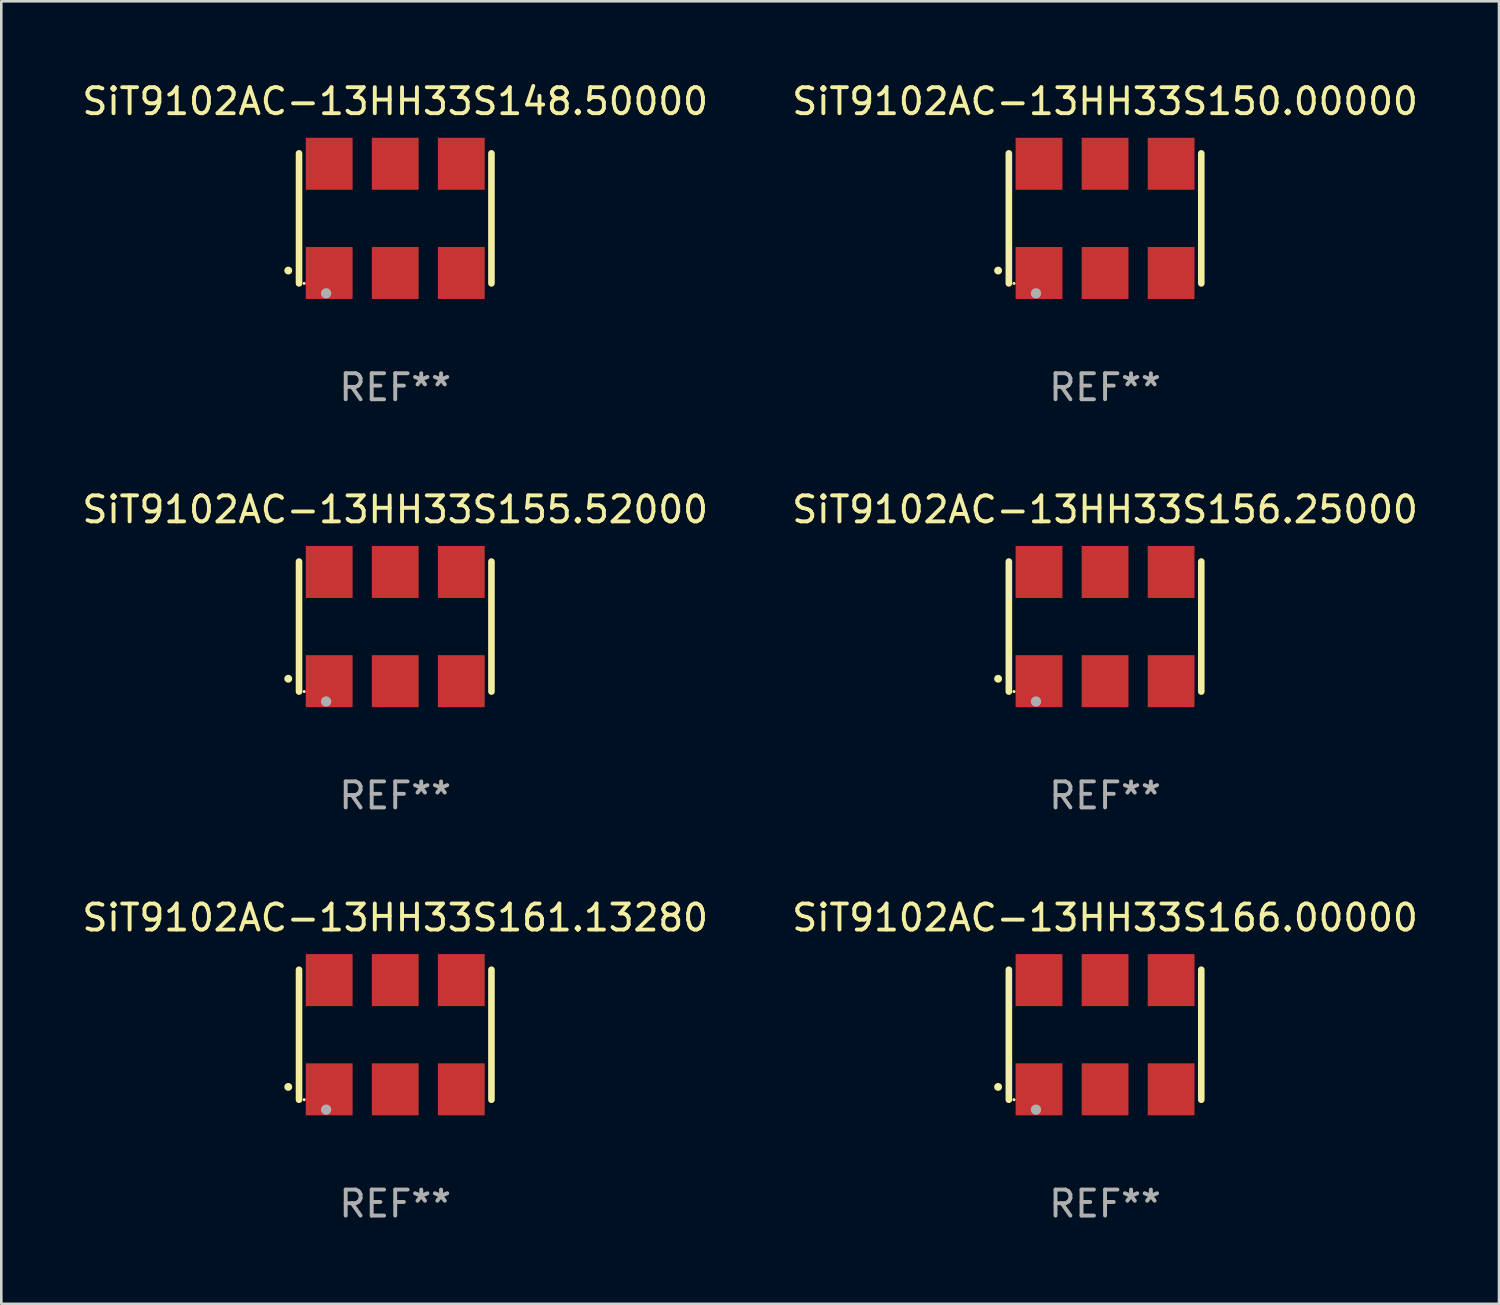
<source format=kicad_pcb>
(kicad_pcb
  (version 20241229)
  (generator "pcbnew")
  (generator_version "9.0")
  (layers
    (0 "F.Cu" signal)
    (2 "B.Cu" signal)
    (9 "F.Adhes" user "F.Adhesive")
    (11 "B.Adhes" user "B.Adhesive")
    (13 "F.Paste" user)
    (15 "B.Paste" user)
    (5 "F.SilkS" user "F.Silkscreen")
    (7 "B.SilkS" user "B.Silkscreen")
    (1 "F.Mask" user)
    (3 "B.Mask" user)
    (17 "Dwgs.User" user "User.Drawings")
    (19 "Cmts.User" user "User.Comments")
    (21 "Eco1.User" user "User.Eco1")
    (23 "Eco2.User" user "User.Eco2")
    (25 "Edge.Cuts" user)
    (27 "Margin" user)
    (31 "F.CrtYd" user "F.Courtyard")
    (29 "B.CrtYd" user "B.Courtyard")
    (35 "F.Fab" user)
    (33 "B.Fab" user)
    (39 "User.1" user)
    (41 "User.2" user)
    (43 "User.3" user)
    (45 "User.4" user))
  (footprint "SiT9102AC-13HH33S156.25000"
    (layer "F.Cu")
    (at 39.446 21.045)
    (property "Reference" "SiT9102AC-13HH33S156.25000" (at 0 -4.5 0) (layer "F.SilkS") (effects (font (size 1 1) (thickness 0.15))))
    (attr through_hole)
    (fp_line (start -3.7 -2.5) (end -3.7 2.5) (stroke (width 0.254) (type solid)) (layer "F.SilkS"))
    (fp_line (start 3.7 -2.5) (end 3.7 2.5) (stroke (width 0.254) (type solid)) (layer "F.SilkS"))
    (fp_arc (start -4.114415 2.006604) (mid -4.113145 2.006599) (end -4.111875 2.006604) (stroke (width 0.3) (type solid)) (layer "F.SilkS"))
    (fp_circle (center -3.502 2.5) (end -3.472 2.5) (stroke (width 0.06) (type solid)) (fill no) (layer "F.SilkS"))
    (fp_circle (center -2.657 2.882) (end -2.557 2.882) (stroke (width 0.2) (type solid)) (fill no) (layer "F.Fab"))
    (fp_text user "REF**" (at 0 6.5 0) (layer "F.Fab") (effects (font (size 1 1) (thickness 0.15))))
    (pad "1" smd rect (at -2.54 2.1) (size 1.8 2) (layers "F.Cu" "F.Mask" "F.Paste"))
    (pad "2" smd rect (at 0.000394 2.1) (size 1.8 2) (layers "F.Cu" "F.Mask" "F.Paste"))
    (pad "3" smd rect (at 2.54 2.1) (size 1.8 2) (layers "F.Cu" "F.Mask" "F.Paste"))
    (pad "4" smd rect (at 2.54 -2.1) (size 1.8 2) (layers "F.Cu" "F.Mask" "F.Paste"))
    (pad "5" smd rect (at 0.000394 -2.1) (size 1.8 2) (layers "F.Cu" "F.Mask" "F.Paste"))
    (pad "6" smd rect (at -2.54 -2.1) (size 1.8 2) (layers "F.Cu" "F.Mask" "F.Paste")))
  (footprint "SiT9102AC-13HH33S148.50000"
    (layer "F.Cu")
    (at 12.149 5.348)
    (property "Reference" "SiT9102AC-13HH33S148.50000" (at 0 -4.5 0) (layer "F.SilkS") (effects (font (size 1 1) (thickness 0.15))))
    (attr through_hole)
    (fp_line (start -3.7 -2.5) (end -3.7 2.5) (stroke (width 0.254) (type solid)) (layer "F.SilkS"))
    (fp_line (start 3.7 -2.5) (end 3.7 2.5) (stroke (width 0.254) (type solid)) (layer "F.SilkS"))
    (fp_arc (start -4.114415 2.006604) (mid -4.113145 2.006599) (end -4.111875 2.006604) (stroke (width 0.3) (type solid)) (layer "F.SilkS"))
    (fp_circle (center -3.502 2.5) (end -3.472 2.5) (stroke (width 0.06) (type solid)) (fill no) (layer "F.SilkS"))
    (fp_circle (center -2.657 2.882) (end -2.557 2.882) (stroke (width 0.2) (type solid)) (fill no) (layer "F.Fab"))
    (fp_text user "REF**" (at 0 6.5 0) (layer "F.Fab") (effects (font (size 1 1) (thickness 0.15))))
    (pad "1" smd rect (at -2.54 2.1) (size 1.8 2) (layers "F.Cu" "F.Mask" "F.Paste"))
    (pad "2" smd rect (at 0.000394 2.1) (size 1.8 2) (layers "F.Cu" "F.Mask" "F.Paste"))
    (pad "3" smd rect (at 2.54 2.1) (size 1.8 2) (layers "F.Cu" "F.Mask" "F.Paste"))
    (pad "4" smd rect (at 2.54 -2.1) (size 1.8 2) (layers "F.Cu" "F.Mask" "F.Paste"))
    (pad "5" smd rect (at 0.000394 -2.1) (size 1.8 2) (layers "F.Cu" "F.Mask" "F.Paste"))
    (pad "6" smd rect (at -2.54 -2.1) (size 1.8 2) (layers "F.Cu" "F.Mask" "F.Paste")))
  (footprint "SiT9102AC-13HH33S161.13280"
    (layer "F.Cu")
    (at 12.149 36.741)
    (property "Reference" "SiT9102AC-13HH33S161.13280" (at 0 -4.5 0) (layer "F.SilkS") (effects (font (size 1 1) (thickness 0.15))))
    (attr through_hole)
    (fp_line (start -3.7 -2.5) (end -3.7 2.5) (stroke (width 0.254) (type solid)) (layer "F.SilkS"))
    (fp_line (start 3.7 -2.5) (end 3.7 2.5) (stroke (width 0.254) (type solid)) (layer "F.SilkS"))
    (fp_arc (start -4.114415 2.006604) (mid -4.113145 2.006599) (end -4.111875 2.006604) (stroke (width 0.3) (type solid)) (layer "F.SilkS"))
    (fp_circle (center -3.502 2.5) (end -3.472 2.5) (stroke (width 0.06) (type solid)) (fill no) (layer "F.SilkS"))
    (fp_circle (center -2.657 2.882) (end -2.557 2.882) (stroke (width 0.2) (type solid)) (fill no) (layer "F.Fab"))
    (fp_text user "REF**" (at 0 6.5 0) (layer "F.Fab") (effects (font (size 1 1) (thickness 0.15))))
    (pad "1" smd rect (at -2.54 2.1) (size 1.8 2) (layers "F.Cu" "F.Mask" "F.Paste"))
    (pad "2" smd rect (at 0.000394 2.1) (size 1.8 2) (layers "F.Cu" "F.Mask" "F.Paste"))
    (pad "3" smd rect (at 2.54 2.1) (size 1.8 2) (layers "F.Cu" "F.Mask" "F.Paste"))
    (pad "4" smd rect (at 2.54 -2.1) (size 1.8 2) (layers "F.Cu" "F.Mask" "F.Paste"))
    (pad "5" smd rect (at 0.000394 -2.1) (size 1.8 2) (layers "F.Cu" "F.Mask" "F.Paste"))
    (pad "6" smd rect (at -2.54 -2.1) (size 1.8 2) (layers "F.Cu" "F.Mask" "F.Paste")))
  (footprint "SiT9102AC-13HH33S166.00000"
    (layer "F.Cu")
    (at 39.446 36.741)
    (property "Reference" "SiT9102AC-13HH33S166.00000" (at 0 -4.5 0) (layer "F.SilkS") (effects (font (size 1 1) (thickness 0.15))))
    (attr through_hole)
    (fp_line (start -3.7 -2.5) (end -3.7 2.5) (stroke (width 0.254) (type solid)) (layer "F.SilkS"))
    (fp_line (start 3.7 -2.5) (end 3.7 2.5) (stroke (width 0.254) (type solid)) (layer "F.SilkS"))
    (fp_arc (start -4.114415 2.006604) (mid -4.113145 2.006599) (end -4.111875 2.006604) (stroke (width 0.3) (type solid)) (layer "F.SilkS"))
    (fp_circle (center -3.502 2.5) (end -3.472 2.5) (stroke (width 0.06) (type solid)) (fill no) (layer "F.SilkS"))
    (fp_circle (center -2.657 2.882) (end -2.557 2.882) (stroke (width 0.2) (type solid)) (fill no) (layer "F.Fab"))
    (fp_text user "REF**" (at 0 6.5 0) (layer "F.Fab") (effects (font (size 1 1) (thickness 0.15))))
    (pad "1" smd rect (at -2.54 2.1) (size 1.8 2) (layers "F.Cu" "F.Mask" "F.Paste"))
    (pad "2" smd rect (at 0.000394 2.1) (size 1.8 2) (layers "F.Cu" "F.Mask" "F.Paste"))
    (pad "3" smd rect (at 2.54 2.1) (size 1.8 2) (layers "F.Cu" "F.Mask" "F.Paste"))
    (pad "4" smd rect (at 2.54 -2.1) (size 1.8 2) (layers "F.Cu" "F.Mask" "F.Paste"))
    (pad "5" smd rect (at 0.000394 -2.1) (size 1.8 2) (layers "F.Cu" "F.Mask" "F.Paste"))
    (pad "6" smd rect (at -2.54 -2.1) (size 1.8 2) (layers "F.Cu" "F.Mask" "F.Paste")))
  (footprint "SiT9102AC-13HH33S155.52000"
    (layer "F.Cu")
    (at 12.149 21.045)
    (property "Reference" "SiT9102AC-13HH33S155.52000" (at 0 -4.5 0) (layer "F.SilkS") (effects (font (size 1 1) (thickness 0.15))))
    (attr through_hole)
    (fp_line (start -3.7 -2.5) (end -3.7 2.5) (stroke (width 0.254) (type solid)) (layer "F.SilkS"))
    (fp_line (start 3.7 -2.5) (end 3.7 2.5) (stroke (width 0.254) (type solid)) (layer "F.SilkS"))
    (fp_arc (start -4.114415 2.006604) (mid -4.113145 2.006599) (end -4.111875 2.006604) (stroke (width 0.3) (type solid)) (layer "F.SilkS"))
    (fp_circle (center -3.502 2.5) (end -3.472 2.5) (stroke (width 0.06) (type solid)) (fill no) (layer "F.SilkS"))
    (fp_circle (center -2.657 2.882) (end -2.557 2.882) (stroke (width 0.2) (type solid)) (fill no) (layer "F.Fab"))
    (fp_text user "REF**" (at 0 6.5 0) (layer "F.Fab") (effects (font (size 1 1) (thickness 0.15))))
    (pad "1" smd rect (at -2.54 2.1) (size 1.8 2) (layers "F.Cu" "F.Mask" "F.Paste"))
    (pad "2" smd rect (at 0.000394 2.1) (size 1.8 2) (layers "F.Cu" "F.Mask" "F.Paste"))
    (pad "3" smd rect (at 2.54 2.1) (size 1.8 2) (layers "F.Cu" "F.Mask" "F.Paste"))
    (pad "4" smd rect (at 2.54 -2.1) (size 1.8 2) (layers "F.Cu" "F.Mask" "F.Paste"))
    (pad "5" smd rect (at 0.000394 -2.1) (size 1.8 2) (layers "F.Cu" "F.Mask" "F.Paste"))
    (pad "6" smd rect (at -2.54 -2.1) (size 1.8 2) (layers "F.Cu" "F.Mask" "F.Paste")))
  (footprint "SiT9102AC-13HH33S150.00000"
    (layer "F.Cu")
    (at 39.446 5.348)
    (property "Reference" "SiT9102AC-13HH33S150.00000" (at 0 -4.5 0) (layer "F.SilkS") (effects (font (size 1 1) (thickness 0.15))))
    (attr through_hole)
    (fp_line (start -3.7 -2.5) (end -3.7 2.5) (stroke (width 0.254) (type solid)) (layer "F.SilkS"))
    (fp_line (start 3.7 -2.5) (end 3.7 2.5) (stroke (width 0.254) (type solid)) (layer "F.SilkS"))
    (fp_arc (start -4.114415 2.006604) (mid -4.113145 2.006599) (end -4.111875 2.006604) (stroke (width 0.3) (type solid)) (layer "F.SilkS"))
    (fp_circle (center -3.502 2.5) (end -3.472 2.5) (stroke (width 0.06) (type solid)) (fill no) (layer "F.SilkS"))
    (fp_circle (center -2.657 2.882) (end -2.557 2.882) (stroke (width 0.2) (type solid)) (fill no) (layer "F.Fab"))
    (fp_text user "REF**" (at 0 6.5 0) (layer "F.Fab") (effects (font (size 1 1) (thickness 0.15))))
    (pad "1" smd rect (at -2.54 2.1) (size 1.8 2) (layers "F.Cu" "F.Mask" "F.Paste"))
    (pad "2" smd rect (at 0.000394 2.1) (size 1.8 2) (layers "F.Cu" "F.Mask" "F.Paste"))
    (pad "3" smd rect (at 2.54 2.1) (size 1.8 2) (layers "F.Cu" "F.Mask" "F.Paste"))
    (pad "4" smd rect (at 2.54 -2.1) (size 1.8 2) (layers "F.Cu" "F.Mask" "F.Paste"))
    (pad "5" smd rect (at 0.000394 -2.1) (size 1.8 2) (layers "F.Cu" "F.Mask" "F.Paste"))
    (pad "6" smd rect (at -2.54 -2.1) (size 1.8 2) (layers "F.Cu" "F.Mask" "F.Paste")))
  (gr_rect
    (start -3 -3)
    (end 54.595 47.09)
    (stroke (width 0.1) (type default))
    (fill no)
    (layer "Edge.Cuts")))
</source>
